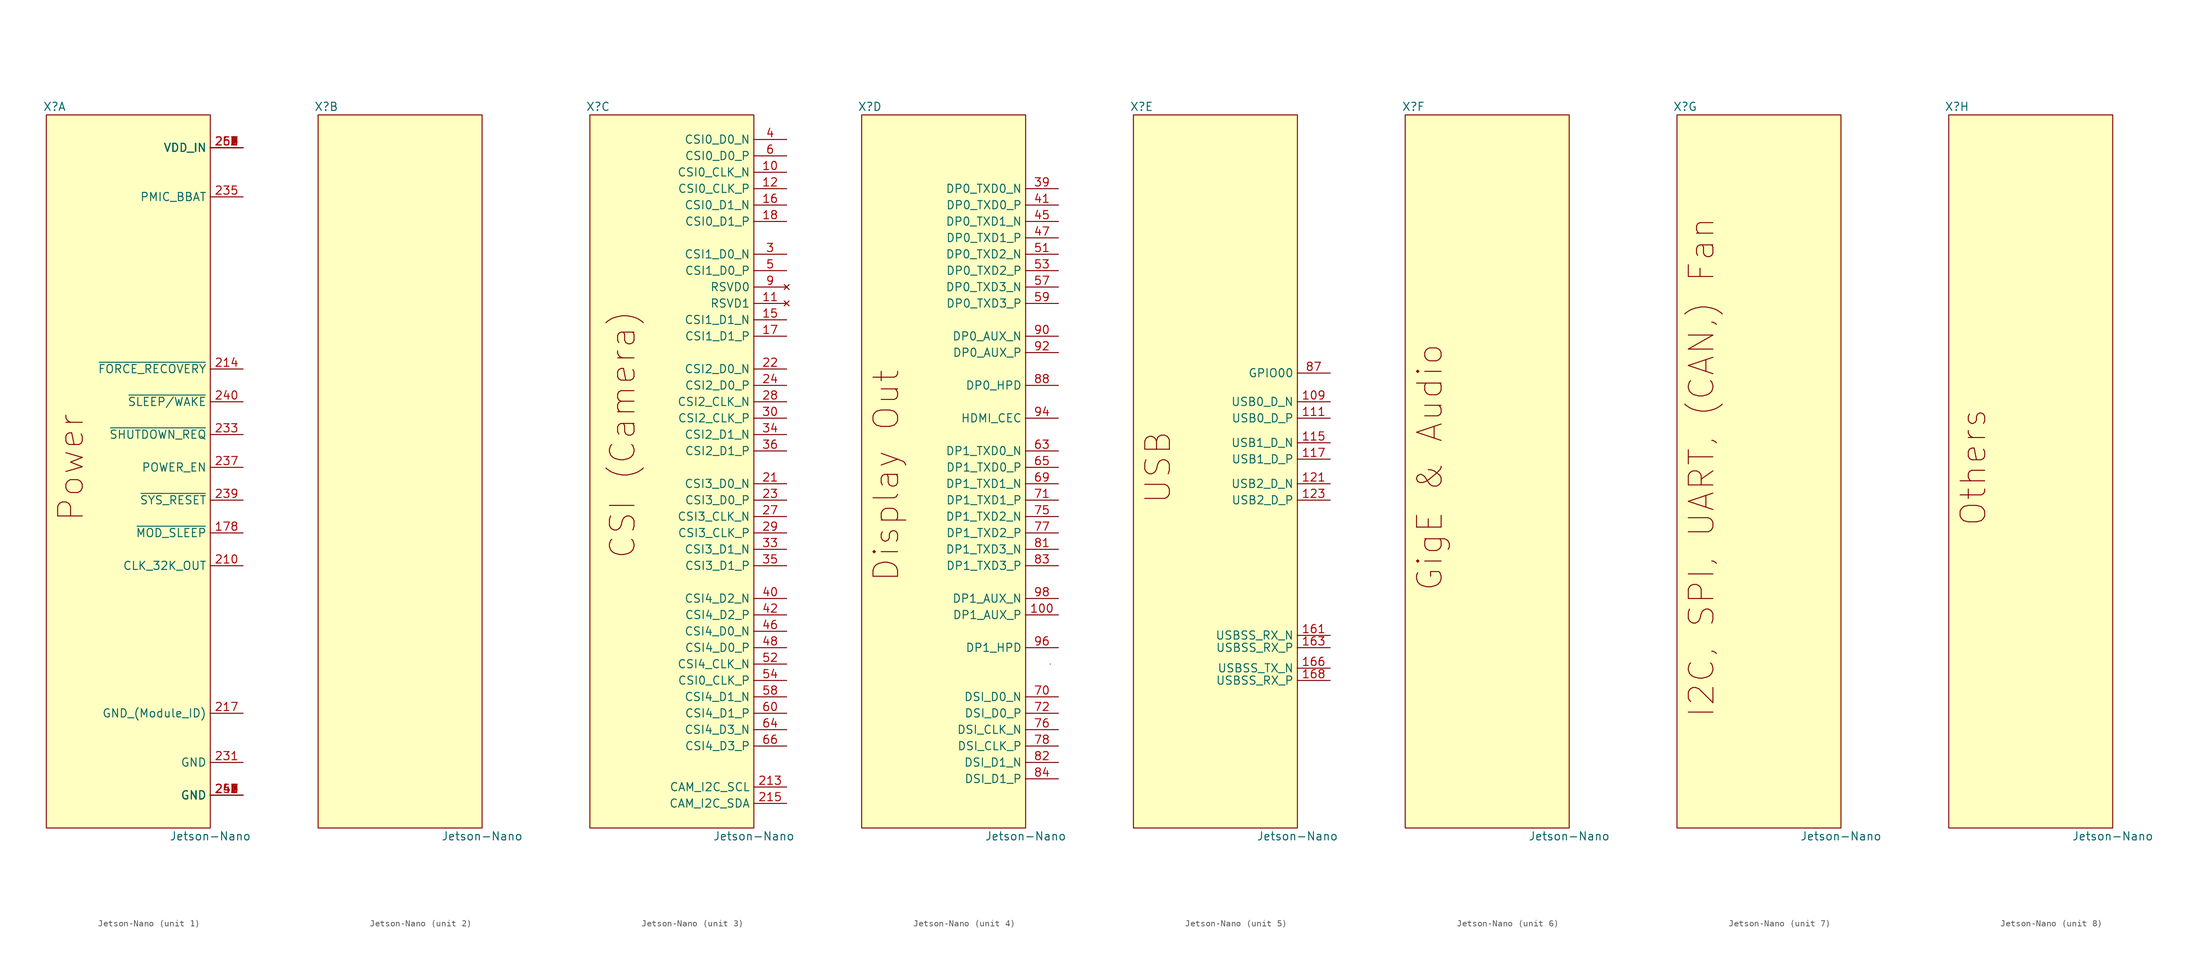
<source format=kicad_sym>
(kicad_symbol_lib
  (version 20211014)
  (generator kicad_symbol_editor)
  (symbol "Jetson-Nano"
    (property "Reference" "X"
      (at -11.43 53.34 0)
      (effects (font (size 1.27 1.27))))
    (property "Value" "Jetson-Nano"
      (at 12.7 -59.69 0)
      (effects (font (size 1.27 1.27))))
    (property "ki_locked" ""
      (at 0 0 0)
      (effects (font (size 1.27 1.27))))
    (symbol "Jetson-Nano_0_1"
      (rectangle (start -12.7 52.07) (end 12.7 -58.42) (stroke (width 0) (type default) (color 0 0 0 0)) (fill (type background))))
    (symbol "Jetson-Nano_1_1"
      (text "Power" (at -8.89 -2.54 900) (effects (font (size 3.81 3.81))))
      (pin output line (at 17.78 -12.7 180) (length 5.12) (name "~{MOD_SLEEP}" (effects (font (size 1.27 1.27)))) (number "178" (effects (font (size 1.27 1.27)))))
      (pin output line (at 17.78 -17.78 180) (length 5.12) (name "CLK_32K_OUT" (effects (font (size 1.27 1.27)))) (number "210" (effects (font (size 1.27 1.27)))))
      (pin input line (at 17.78 12.7 180) (length 5.12) (name "~{FORCE_RECOVERY}" (effects (font (size 1.27 1.27)))) (number "214" (effects (font (size 1.27 1.27)))))
      (pin passive line (at 17.78 -40.64 180) (length 5.12) (name "GND_(Module_ID)" (effects (font (size 1.27 1.27)))) (number "217" (effects (font (size 1.27 1.27)))))
      (pin power_in line (at 17.78 -48.26 180) (length 5.12) (name "GND" (effects (font (size 1.27 1.27)))) (number "231" (effects (font (size 1.27 1.27)))))
      (pin output line (at 17.78 2.54 180) (length 5.12) (name "~{SHUTDOWN_REQ}" (effects (font (size 1.27 1.27)))) (number "233" (effects (font (size 1.27 1.27)))))
      (pin power_in line (at 17.78 39.37 180) (length 5.12) (name "PMIC_BBAT" (effects (font (size 1.27 1.27)))) (number "235" (effects (font (size 1.27 1.27)))))
      (pin input line (at 17.78 -2.54 180) (length 5.12) (name "POWER_EN" (effects (font (size 1.27 1.27)))) (number "237" (effects (font (size 1.27 1.27)))))
      (pin bidirectional line (at 17.78 -7.62 180) (length 5.12) (name "~{SYS_RESET}" (effects (font (size 1.27 1.27)))) (number "239" (effects (font (size 1.27 1.27)))))
      (pin input line (at 17.78 7.62 180) (length 5.12) (name "~{SLEEP/WAKE}" (effects (font (size 1.27 1.27)))) (number "240" (effects (font (size 1.27 1.27)))))
      (pin power_in line (at 17.78 -53.34 180) (length 5.12) (name "GND" (effects (font (size 1.27 1.27)))) (number "241" (effects (font (size 1.27 1.27)))))
      (pin power_in line (at 17.78 -53.34 180) (length 5.12) (name "GND" (effects (font (size 1.27 1.27)))) (number "242" (effects (font (size 1.27 1.27)))))
      (pin power_in line (at 17.78 -53.34 180) (length 5.12) (name "GND" (effects (font (size 1.27 1.27)))) (number "243" (effects (font (size 1.27 1.27)))))
      (pin power_in line (at 17.78 -53.34 180) (length 5.12) (name "GND" (effects (font (size 1.27 1.27)))) (number "244" (effects (font (size 1.27 1.27)))))
      (pin power_in line (at 17.78 -53.34 180) (length 5.12) (name "GND" (effects (font (size 1.27 1.27)))) (number "245" (effects (font (size 1.27 1.27)))))
      (pin power_in line (at 17.78 -53.34 180) (length 5.12) (name "GND" (effects (font (size 1.27 1.27)))) (number "246" (effects (font (size 1.27 1.27)))))
      (pin power_in line (at 17.78 -53.34 180) (length 5.12) (name "GND" (effects (font (size 1.27 1.27)))) (number "247" (effects (font (size 1.27 1.27)))))
      (pin power_in line (at 17.78 -53.34 180) (length 5.12) (name "GND" (effects (font (size 1.27 1.27)))) (number "248" (effects (font (size 1.27 1.27)))))
      (pin power_in line (at 17.78 -53.34 180) (length 5.12) (name "GND" (effects (font (size 1.27 1.27)))) (number "249" (effects (font (size 1.27 1.27)))))
      (pin power_in line (at 17.78 -53.34 180) (length 5.12) (name "GND" (effects (font (size 1.27 1.27)))) (number "250" (effects (font (size 1.27 1.27)))))
      (pin power_in line (at 17.78 46.99 180) (length 5.12) (name "VDD_IN" (effects (font (size 1.27 1.27)))) (number "251" (effects (font (size 1.27 1.27)))))
      (pin power_in line (at 17.78 46.99 180) (length 5.12) (name "VDD_IN" (effects (font (size 1.27 1.27)))) (number "252" (effects (font (size 1.27 1.27)))))
      (pin power_in line (at 17.78 46.99 180) (length 5.12) (name "VDD_IN" (effects (font (size 1.27 1.27)))) (number "253" (effects (font (size 1.27 1.27)))))
      (pin power_in line (at 17.78 46.99 180) (length 5.12) (name "VDD_IN" (effects (font (size 1.27 1.27)))) (number "254" (effects (font (size 1.27 1.27)))))
      (pin power_in line (at 17.78 46.99 180) (length 5.12) (name "VDD_IN" (effects (font (size 1.27 1.27)))) (number "255" (effects (font (size 1.27 1.27)))))
      (pin power_in line (at 17.78 46.99 180) (length 5.12) (name "VDD_IN" (effects (font (size 1.27 1.27)))) (number "256" (effects (font (size 1.27 1.27)))))
      (pin power_in line (at 17.78 46.99 180) (length 5.12) (name "VDD_IN" (effects (font (size 1.27 1.27)))) (number "257" (effects (font (size 1.27 1.27)))))
      (pin power_in line (at 17.78 46.99 180) (length 5.12) (name "VDD_IN" (effects (font (size 1.27 1.27)))) (number "258" (effects (font (size 1.27 1.27)))))
      (pin power_in line (at 17.78 46.99 180) (length 5.12) (name "VDD_IN" (effects (font (size 1.27 1.27)))) (number "259" (effects (font (size 1.27 1.27)))))
      (pin power_in line (at 17.78 46.99 180) (length 5.12) (name "VDD_IN" (effects (font (size 1.27 1.27)))) (number "260" (effects (font (size 1.27 1.27))))))
    (symbol "Jetson-Nano_3_1"
      (text "CSI (Camera)" (at -7.62 2.54 900) (effects (font (size 3.81 3.81))))
      (pin input line (at 17.78 43.18 180) (length 5.12) (name "CSI0_CLK_N" (effects (font (size 1.27 1.27)))) (number "10" (effects (font (size 1.27 1.27)))))
      (pin no_connect line (at 17.78 22.86 180) (length 5.12) (name "RSVD1" (effects (font (size 1.27 1.27)))) (number "11" (effects (font (size 1.27 1.27)))))
      (pin input line (at 17.78 40.64 180) (length 5.12) (name "CSI0_CLK_P" (effects (font (size 1.27 1.27)))) (number "12" (effects (font (size 1.27 1.27)))))
      (pin input line (at 17.78 20.32 180) (length 5.12) (name "CSI1_D1_N" (effects (font (size 1.27 1.27)))) (number "15" (effects (font (size 1.27 1.27)))))
      (pin input line (at 17.78 38.1 180) (length 5.12) (name "CSI0_D1_N" (effects (font (size 1.27 1.27)))) (number "16" (effects (font (size 1.27 1.27)))))
      (pin input line (at 17.78 17.78 180) (length 5.12) (name "CSI1_D1_P" (effects (font (size 1.27 1.27)))) (number "17" (effects (font (size 1.27 1.27)))))
      (pin input line (at 17.78 35.56 180) (length 5.12) (name "CSI0_D1_P" (effects (font (size 1.27 1.27)))) (number "18" (effects (font (size 1.27 1.27)))))
      (pin input line (at 17.78 -5.08 180) (length 5.12) (name "CSI3_D0_N" (effects (font (size 1.27 1.27)))) (number "21" (effects (font (size 1.27 1.27)))))
      (pin output line (at 17.78 -52.07 180) (length 5.12) (name "CAM_I2C_SCL" (effects (font (size 1.27 1.27)))) (number "213" (effects (font (size 1.27 1.27)))))
      (pin bidirectional line (at 17.78 -54.61 180) (length 5.12) (name "CAM_I2C_SDA" (effects (font (size 1.27 1.27)))) (number "215" (effects (font (size 1.27 1.27)))))
      (pin input line (at 17.78 12.7 180) (length 5.12) (name "CSI2_D0_N" (effects (font (size 1.27 1.27)))) (number "22" (effects (font (size 1.27 1.27)))))
      (pin input line (at 17.78 -7.62 180) (length 5.12) (name "CSI3_D0_P" (effects (font (size 1.27 1.27)))) (number "23" (effects (font (size 1.27 1.27)))))
      (pin input line (at 17.78 10.16 180) (length 5.12) (name "CSI2_D0_P" (effects (font (size 1.27 1.27)))) (number "24" (effects (font (size 1.27 1.27)))))
      (pin input line (at 17.78 -10.16 180) (length 5.12) (name "CSI3_CLK_N" (effects (font (size 1.27 1.27)))) (number "27" (effects (font (size 1.27 1.27)))))
      (pin input line (at 17.78 7.62 180) (length 5.12) (name "CSI2_CLK_N" (effects (font (size 1.27 1.27)))) (number "28" (effects (font (size 1.27 1.27)))))
      (pin input line (at 17.78 -12.7 180) (length 5.12) (name "CSI3_CLK_P" (effects (font (size 1.27 1.27)))) (number "29" (effects (font (size 1.27 1.27)))))
      (pin input line (at 17.78 30.48 180) (length 5.12) (name "CSI1_D0_N" (effects (font (size 1.27 1.27)))) (number "3" (effects (font (size 1.27 1.27)))))
      (pin input line (at 17.78 5.08 180) (length 5.12) (name "CSI2_CLK_P" (effects (font (size 1.27 1.27)))) (number "30" (effects (font (size 1.27 1.27)))))
      (pin input line (at 17.78 -15.24 180) (length 5.12) (name "CSI3_D1_N" (effects (font (size 1.27 1.27)))) (number "33" (effects (font (size 1.27 1.27)))))
      (pin input line (at 17.78 2.54 180) (length 5.12) (name "CSI2_D1_N" (effects (font (size 1.27 1.27)))) (number "34" (effects (font (size 1.27 1.27)))))
      (pin input line (at 17.78 -17.78 180) (length 5.12) (name "CSI3_D1_P" (effects (font (size 1.27 1.27)))) (number "35" (effects (font (size 1.27 1.27)))))
      (pin input line (at 17.78 0 180) (length 5.12) (name "CSI2_D1_P" (effects (font (size 1.27 1.27)))) (number "36" (effects (font (size 1.27 1.27)))))
      (pin input line (at 17.78 48.26 180) (length 5.12) (name "CSI0_D0_N" (effects (font (size 1.27 1.27)))) (number "4" (effects (font (size 1.27 1.27)))))
      (pin input line (at 17.78 -22.86 180) (length 5.12) (name "CSI4_D2_N" (effects (font (size 1.27 1.27)))) (number "40" (effects (font (size 1.27 1.27)))))
      (pin input line (at 17.78 -25.4 180) (length 5.12) (name "CSI4_D2_P" (effects (font (size 1.27 1.27)))) (number "42" (effects (font (size 1.27 1.27)))))
      (pin input line (at 17.78 -27.94 180) (length 5.12) (name "CSI4_D0_N" (effects (font (size 1.27 1.27)))) (number "46" (effects (font (size 1.27 1.27)))))
      (pin input line (at 17.78 -30.48 180) (length 5.12) (name "CSI4_D0_P" (effects (font (size 1.27 1.27)))) (number "48" (effects (font (size 1.27 1.27)))))
      (pin input line (at 17.78 27.94 180) (length 5.12) (name "CSI1_D0_P" (effects (font (size 1.27 1.27)))) (number "5" (effects (font (size 1.27 1.27)))))
      (pin input line (at 17.78 -33.02 180) (length 5.12) (name "CSI4_CLK_N" (effects (font (size 1.27 1.27)))) (number "52" (effects (font (size 1.27 1.27)))))
      (pin input line (at 17.78 -35.56 180) (length 5.12) (name "CSI0_CLK_P" (effects (font (size 1.27 1.27)))) (number "54" (effects (font (size 1.27 1.27)))))
      (pin input line (at 17.78 -38.1 180) (length 5.12) (name "CSI4_D1_N" (effects (font (size 1.27 1.27)))) (number "58" (effects (font (size 1.27 1.27)))))
      (pin input line (at 17.78 45.72 180) (length 5.12) (name "CSI0_D0_P" (effects (font (size 1.27 1.27)))) (number "6" (effects (font (size 1.27 1.27)))))
      (pin input line (at 17.78 -40.64 180) (length 5.12) (name "CSI4_D1_P" (effects (font (size 1.27 1.27)))) (number "60" (effects (font (size 1.27 1.27)))))
      (pin input line (at 17.78 -43.18 180) (length 5.12) (name "CSI4_D3_N" (effects (font (size 1.27 1.27)))) (number "64" (effects (font (size 1.27 1.27)))))
      (pin input line (at 17.78 -45.72 180) (length 5.12) (name "CSI4_D3_P" (effects (font (size 1.27 1.27)))) (number "66" (effects (font (size 1.27 1.27)))))
      (pin no_connect line (at 17.78 25.4 180) (length 5.12) (name "RSVD0" (effects (font (size 1.27 1.27)))) (number "9" (effects (font (size 1.27 1.27))))))
    (symbol "Jetson-Nano_4_1"
      (polyline (pts (xy 16.51 -33.02) (xy 16.51 -33.02)) (stroke (width 0) (type default) (color 0 0 0 0)) (fill (type none)))
      (text "Display Out" (at -8.89 -3.81 900) (effects (font (size 3.81 3.81))))
      (pin output line (at 17.78 -25.4 180) (length 5.12) (name "DP1_AUX_P" (effects (font (size 1.27 1.27)))) (number "100" (effects (font (size 1.27 1.27)))))
      (pin output line (at 17.78 40.64 180) (length 5.12) (name "DP0_TXD0_N" (effects (font (size 1.27 1.27)))) (number "39" (effects (font (size 1.27 1.27)))))
      (pin output line (at 17.78 38.1 180) (length 5.12) (name "DP0_TXD0_P" (effects (font (size 1.27 1.27)))) (number "41" (effects (font (size 1.27 1.27)))))
      (pin output line (at 17.78 35.56 180) (length 5.12) (name "DP0_TXD1_N" (effects (font (size 1.27 1.27)))) (number "45" (effects (font (size 1.27 1.27)))))
      (pin output line (at 17.78 33.02 180) (length 5.12) (name "DP0_TXD1_P" (effects (font (size 1.27 1.27)))) (number "47" (effects (font (size 1.27 1.27)))))
      (pin output line (at 17.78 30.48 180) (length 5.12) (name "DP0_TXD2_N" (effects (font (size 1.27 1.27)))) (number "51" (effects (font (size 1.27 1.27)))))
      (pin output line (at 17.78 27.94 180) (length 5.12) (name "DP0_TXD2_P" (effects (font (size 1.27 1.27)))) (number "53" (effects (font (size 1.27 1.27)))))
      (pin output line (at 17.78 25.4 180) (length 5.12) (name "DP0_TXD3_N" (effects (font (size 1.27 1.27)))) (number "57" (effects (font (size 1.27 1.27)))))
      (pin output line (at 17.78 22.86 180) (length 5.12) (name "DP0_TXD3_P" (effects (font (size 1.27 1.27)))) (number "59" (effects (font (size 1.27 1.27)))))
      (pin output line (at 17.78 0 180) (length 5.12) (name "DP1_TXD0_N" (effects (font (size 1.27 1.27)))) (number "63" (effects (font (size 1.27 1.27)))))
      (pin output line (at 17.78 -2.54 180) (length 5.12) (name "DP1_TXD0_P" (effects (font (size 1.27 1.27)))) (number "65" (effects (font (size 1.27 1.27)))))
      (pin output line (at 17.78 -5.08 180) (length 5.12) (name "DP1_TXD1_N" (effects (font (size 1.27 1.27)))) (number "69" (effects (font (size 1.27 1.27)))))
      (pin output line (at 17.78 -38.1 180) (length 5.12) (name "DSI_D0_N" (effects (font (size 1.27 1.27)))) (number "70" (effects (font (size 1.27 1.27)))))
      (pin output line (at 17.78 -7.62 180) (length 5.12) (name "DP1_TXD1_P" (effects (font (size 1.27 1.27)))) (number "71" (effects (font (size 1.27 1.27)))))
      (pin output line (at 17.78 -40.64 180) (length 5.12) (name "DSI_D0_P" (effects (font (size 1.27 1.27)))) (number "72" (effects (font (size 1.27 1.27)))))
      (pin output line (at 17.78 -10.16 180) (length 5.12) (name "DP1_TXD2_N" (effects (font (size 1.27 1.27)))) (number "75" (effects (font (size 1.27 1.27)))))
      (pin output line (at 17.78 -43.18 180) (length 5.12) (name "DSI_CLK_N" (effects (font (size 1.27 1.27)))) (number "76" (effects (font (size 1.27 1.27)))))
      (pin output line (at 17.78 -12.7 180) (length 5.12) (name "DP1_TXD2_P" (effects (font (size 1.27 1.27)))) (number "77" (effects (font (size 1.27 1.27)))))
      (pin output line (at 17.78 -45.72 180) (length 5.12) (name "DSI_CLK_P" (effects (font (size 1.27 1.27)))) (number "78" (effects (font (size 1.27 1.27)))))
      (pin output line (at 17.78 -15.24 180) (length 5.12) (name "DP1_TXD3_N" (effects (font (size 1.27 1.27)))) (number "81" (effects (font (size 1.27 1.27)))))
      (pin output line (at 17.78 -48.26 180) (length 5.12) (name "DSI_D1_N" (effects (font (size 1.27 1.27)))) (number "82" (effects (font (size 1.27 1.27)))))
      (pin output line (at 17.78 -17.78 180) (length 5.12) (name "DP1_TXD3_P" (effects (font (size 1.27 1.27)))) (number "83" (effects (font (size 1.27 1.27)))))
      (pin output line (at 17.78 -50.8 180) (length 5.12) (name "DSI_D1_P" (effects (font (size 1.27 1.27)))) (number "84" (effects (font (size 1.27 1.27)))))
      (pin bidirectional line (at 17.78 10.16 180) (length 5.12) (name "DP0_HPD" (effects (font (size 1.27 1.27)))) (number "88" (effects (font (size 1.27 1.27)))))
      (pin output line (at 17.78 17.78 180) (length 5.12) (name "DP0_AUX_N" (effects (font (size 1.27 1.27)))) (number "90" (effects (font (size 1.27 1.27)))))
      (pin output line (at 17.78 15.24 180) (length 5.12) (name "DP0_AUX_P" (effects (font (size 1.27 1.27)))) (number "92" (effects (font (size 1.27 1.27)))))
      (pin bidirectional line (at 17.78 5.08 180) (length 5.12) (name "HDMI_CEC" (effects (font (size 1.27 1.27)))) (number "94" (effects (font (size 1.27 1.27)))))
      (pin bidirectional line (at 17.78 -30.48 180) (length 5.12) (name "DP1_HPD" (effects (font (size 1.27 1.27)))) (number "96" (effects (font (size 1.27 1.27)))))
      (pin output line (at 17.78 -22.86 180) (length 5.12) (name "DP1_AUX_N" (effects (font (size 1.27 1.27)))) (number "98" (effects (font (size 1.27 1.27))))))
    (symbol "Jetson-Nano_5_1"
      (text "USB" (at -8.89 -2.54 900) (effects (font (size 3.81 3.81))))
      (pin output line (at 17.78 7.62 180) (length 5.12) (name "USB0_D_N" (effects (font (size 1.27 1.27)))) (number "109" (effects (font (size 1.27 1.27)))))
      (pin output line (at 17.78 5.08 180) (length 5.12) (name "USB0_D_P" (effects (font (size 1.27 1.27)))) (number "111" (effects (font (size 1.27 1.27)))))
      (pin output line (at 17.78 1.27 180) (length 5.12) (name "USB1_D_N" (effects (font (size 1.27 1.27)))) (number "115" (effects (font (size 1.27 1.27)))))
      (pin output line (at 17.78 -1.27 180) (length 5.12) (name "USB1_D_P" (effects (font (size 1.27 1.27)))) (number "117" (effects (font (size 1.27 1.27)))))
      (pin output line (at 17.78 -5.08 180) (length 5.12) (name "USB2_D_N" (effects (font (size 1.27 1.27)))) (number "121" (effects (font (size 1.27 1.27)))))
      (pin output line (at 17.78 -7.62 180) (length 5.12) (name "USB2_D_P" (effects (font (size 1.27 1.27)))) (number "123" (effects (font (size 1.27 1.27)))))
      (pin output line (at 17.78 -28.575 180) (length 5.12) (name "USBSS_RX_N" (effects (font (size 1.27 1.27)))) (number "161" (effects (font (size 1.27 1.27)))))
      (pin output line (at 17.78 -30.48 180) (length 5.12) (name "USBSS_RX_P" (effects (font (size 1.27 1.27)))) (number "163" (effects (font (size 1.27 1.27)))))
      (pin output line (at 17.78 -33.655 180) (length 5.12) (name "USBSS_TX_N" (effects (font (size 1.27 1.27)))) (number "166" (effects (font (size 1.27 1.27)))))
      (pin output line (at 17.78 -35.56 180) (length 5.12) (name "USBSS_RX_P" (effects (font (size 1.27 1.27)))) (number "168" (effects (font (size 1.27 1.27)))))
      (pin bidirectional line (at 17.78 12.065 180) (length 5.12) (name "GPIO00" (effects (font (size 1.27 1.27)))) (number "87" (effects (font (size 1.27 1.27))))))
    (symbol "Jetson-Nano_6_1"
      (text "GigE & Audio" (at -8.89 -2.54 900) (effects (font (size 3.81 3.81)))))
    (symbol "Jetson-Nano_7_1"
      (text "I2C, SPI, UART, (CAN,) Fan" (at -8.89 -2.54 900) (effects (font (size 3.81 3.81)))))
    (symbol "Jetson-Nano_8_1"
      (text "Others" (at -8.89 -2.54 900) (effects (font (size 3.81 3.81)))))))
</source>
